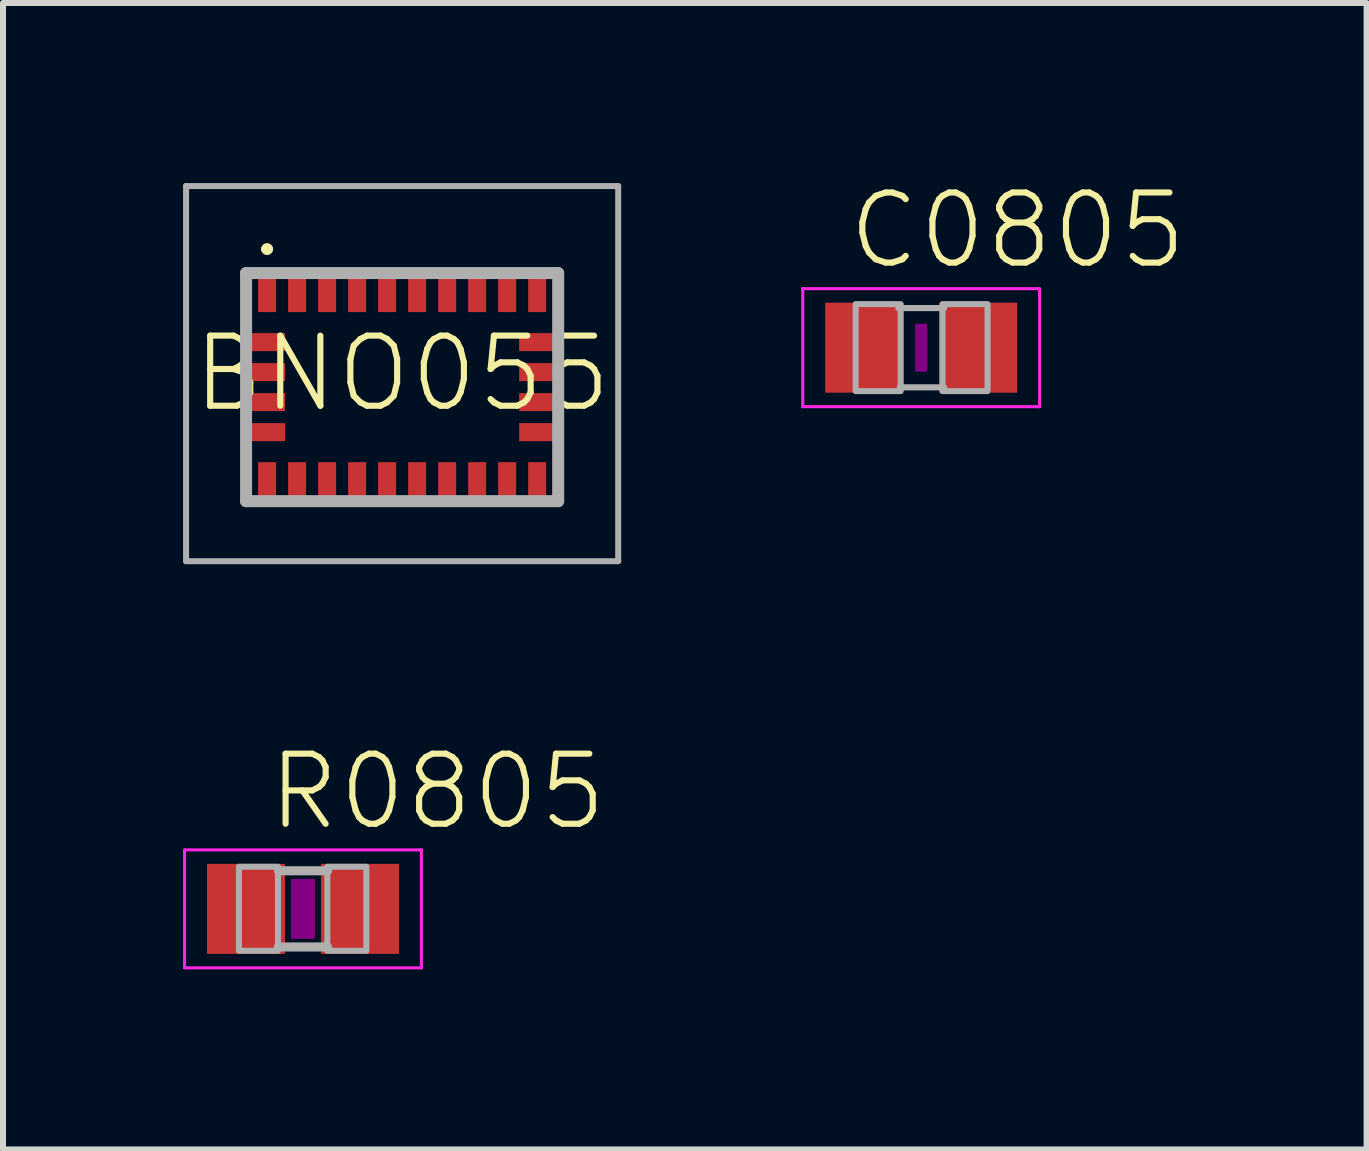
<source format=kicad_pcb>
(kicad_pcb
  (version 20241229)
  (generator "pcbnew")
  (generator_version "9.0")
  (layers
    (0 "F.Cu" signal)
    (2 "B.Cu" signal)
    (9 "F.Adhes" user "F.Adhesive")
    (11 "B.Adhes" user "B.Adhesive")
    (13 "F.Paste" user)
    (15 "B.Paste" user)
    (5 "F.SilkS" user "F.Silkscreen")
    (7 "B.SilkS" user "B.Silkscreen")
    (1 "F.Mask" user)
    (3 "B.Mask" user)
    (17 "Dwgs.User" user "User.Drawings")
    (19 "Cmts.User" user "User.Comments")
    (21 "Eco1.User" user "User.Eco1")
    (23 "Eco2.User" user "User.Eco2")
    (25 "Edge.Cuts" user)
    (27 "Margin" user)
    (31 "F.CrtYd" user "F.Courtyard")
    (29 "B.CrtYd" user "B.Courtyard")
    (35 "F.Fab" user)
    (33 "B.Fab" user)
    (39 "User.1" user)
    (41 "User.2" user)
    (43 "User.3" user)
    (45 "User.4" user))
  (footprint "BNO055"
    (layer "F.Cu")
    (at 3.65 3.4)
    (property "Reference" "BNO055" (at 0 -0.225 0) (layer "F.SilkS") (effects (font (size 1.168 1.168) (thickness 0.102))))
    (fp_line (start -2.6 -1.9) (end -2.6 -1) (stroke (width 0.1) (type solid)) (layer "F.SilkS"))
    (fp_line (start -2.6 1.9) (end -2.6 1) (stroke (width 0.1) (type solid)) (layer "F.SilkS"))
    (fp_line (start -2.3 -2.3) (end -2.3 -2.3) (stroke (width 0.1) (type solid)) (layer "F.SilkS"))
    (fp_line (start -2.2 -2.3) (end -2.2 -2.3) (stroke (width 0.1) (type solid)) (layer "F.SilkS"))
    (fp_line (start 2.6 -1.9) (end 2.6 -1) (stroke (width 0.1) (type solid)) (layer "F.SilkS"))
    (fp_line (start 2.6 1.9) (end 2.6 1) (stroke (width 0.1) (type solid)) (layer "F.SilkS"))
    (fp_arc (start -2.3 -2.3) (mid -2.25 -2.35) (end -2.2 -2.3) (stroke (width 0.1) (type solid)) (layer "F.SilkS"))
    (fp_arc (start -2.2 -2.3) (mid -2.25 -2.25) (end -2.3 -2.3) (stroke (width 0.1) (type solid)) (layer "F.SilkS"))
    (fp_line (start -3.6 -3.35) (end 3.6 -3.35) (stroke (width 0.1) (type solid)) (layer "F.Fab"))
    (fp_line (start -3.6 2.9) (end -3.6 -3.35) (stroke (width 0.1) (type solid)) (layer "F.Fab"))
    (fp_line (start -2.6 -1.9) (end 2.6 -1.9) (stroke (width 0.2) (type solid)) (layer "F.Fab"))
    (fp_line (start -2.6 1.9) (end -2.6 -1.9) (stroke (width 0.2) (type solid)) (layer "F.Fab"))
    (fp_line (start 2.6 -1.9) (end 2.6 1.9) (stroke (width 0.2) (type solid)) (layer "F.Fab"))
    (fp_line (start 2.6 1.9) (end -2.6 1.9) (stroke (width 0.2) (type solid)) (layer "F.Fab"))
    (fp_line (start 3.6 -3.35) (end 3.6 2.9) (stroke (width 0.1) (type solid)) (layer "F.Fab"))
    (fp_line (start 3.6 2.9) (end -3.6 2.9) (stroke (width 0.1) (type solid)) (layer "F.Fab"))
    (pad "1" smd rect (at -2.25 -1.55 90) (size 0.6 0.3) (layers "F.Cu" "F.Mask" "F.Paste"))
    (pad "2" smd rect (at -2.25 -0.75) (size 0.6 0.3) (layers "F.Cu" "F.Mask" "F.Paste"))
    (pad "3" smd rect (at -2.25 -0.25) (size 0.6 0.3) (layers "F.Cu" "F.Mask" "F.Paste"))
    (pad "4" smd rect (at -2.25 0.25) (size 0.6 0.3) (layers "F.Cu" "F.Mask" "F.Paste"))
    (pad "5" smd rect (at -2.25 0.75) (size 0.6 0.3) (layers "F.Cu" "F.Mask" "F.Paste"))
    (pad "6" smd rect (at -2.25 1.55 90) (size 0.6 0.3) (layers "F.Cu" "F.Mask" "F.Paste"))
    (pad "7" smd rect (at -1.75 1.55 90) (size 0.6 0.3) (layers "F.Cu" "F.Mask" "F.Paste"))
    (pad "8" smd rect (at -1.25 1.55 90) (size 0.6 0.3) (layers "F.Cu" "F.Mask" "F.Paste"))
    (pad "9" smd rect (at -0.75 1.55 90) (size 0.6 0.3) (layers "F.Cu" "F.Mask" "F.Paste"))
    (pad "10" smd rect (at -0.25 1.55 90) (size 0.6 0.3) (layers "F.Cu" "F.Mask" "F.Paste"))
    (pad "11" smd rect (at 0.25 1.55 90) (size 0.6 0.3) (layers "F.Cu" "F.Mask" "F.Paste"))
    (pad "12" smd rect (at 0.75 1.55 90) (size 0.6 0.3) (layers "F.Cu" "F.Mask" "F.Paste"))
    (pad "13" smd rect (at 1.25 1.55 90) (size 0.6 0.3) (layers "F.Cu" "F.Mask" "F.Paste"))
    (pad "14" smd rect (at 1.75 1.55 90) (size 0.6 0.3) (layers "F.Cu" "F.Mask" "F.Paste"))
    (pad "15" smd rect (at 2.25 1.55 90) (size 0.6 0.3) (layers "F.Cu" "F.Mask" "F.Paste"))
    (pad "16" smd rect (at 2.25 0.75) (size 0.6 0.3) (layers "F.Cu" "F.Mask" "F.Paste"))
    (pad "17" smd rect (at 2.25 0.25) (size 0.6 0.3) (layers "F.Cu" "F.Mask" "F.Paste"))
    (pad "18" smd rect (at 2.25 -0.25) (size 0.6 0.3) (layers "F.Cu" "F.Mask" "F.Paste"))
    (pad "19" smd rect (at 2.25 -0.75) (size 0.6 0.3) (layers "F.Cu" "F.Mask" "F.Paste"))
    (pad "20" smd rect (at 2.25 -1.55 90) (size 0.6 0.3) (layers "F.Cu" "F.Mask" "F.Paste"))
    (pad "21" smd rect (at 1.75 -1.55 90) (size 0.6 0.3) (layers "F.Cu" "F.Mask" "F.Paste"))
    (pad "22" smd rect (at 1.25 -1.55 90) (size 0.6 0.3) (layers "F.Cu" "F.Mask" "F.Paste"))
    (pad "23" smd rect (at 0.75 -1.55 90) (size 0.6 0.3) (layers "F.Cu" "F.Mask" "F.Paste"))
    (pad "24" smd rect (at 0.25 -1.55 90) (size 0.6 0.3) (layers "F.Cu" "F.Mask" "F.Paste"))
    (pad "25" smd rect (at -0.25 -1.55 90) (size 0.6 0.3) (layers "F.Cu" "F.Mask" "F.Paste"))
    (pad "26" smd rect (at -0.75 -1.55 90) (size 0.6 0.3) (layers "F.Cu" "F.Mask" "F.Paste"))
    (pad "27" smd rect (at -1.25 -1.55 90) (size 0.6 0.3) (layers "F.Cu" "F.Mask" "F.Paste"))
    (pad "28" smd rect (at -1.75 -1.55 90) (size 0.6 0.3) (layers "F.Cu" "F.Mask" "F.Paste")))
  (footprint "R0805"
    (layer "F.Cu")
    (at 1.998 12.093)
    (property "Reference" "R0805" (at -0.635 -1.27 0) (layer "F.SilkS") (effects (font (size 1.168 1.168) (thickness 0.102)) (justify left bottom)))
    (fp_poly (pts (xy -0.2 0.5) (xy 0.2 0.5) (xy 0.2 -0.5) (xy -0.2 -0.5)) (stroke (width 0) (type solid)) (fill yes) (layer "F.Adhes"))
    (fp_line (start -1.973 -0.983) (end 1.973 -0.983) (stroke (width 0.051) (type solid)) (layer "F.CrtYd"))
    (fp_line (start -1.973 0.983) (end -1.973 -0.983) (stroke (width 0.051) (type solid)) (layer "F.CrtYd"))
    (fp_line (start 1.973 -0.983) (end 1.973 0.983) (stroke (width 0.051) (type solid)) (layer "F.CrtYd"))
    (fp_line (start 1.973 0.983) (end -1.973 0.983) (stroke (width 0.051) (type solid)) (layer "F.CrtYd"))
    (fp_line (start -0.41 -0.635) (end 0.41 -0.635) (stroke (width 0.152) (type solid)) (layer "F.Fab"))
    (fp_line (start -0.41 0.635) (end 0.41 0.635) (stroke (width 0.152) (type solid)) (layer "F.Fab"))
    (fp_poly (pts (xy -1.067 0.699) (xy -0.417 0.699) (xy -0.417 -0.702) (xy -1.067 -0.702)) (stroke (width 0.1) (type solid)) (fill no) (layer "F.Fab"))
    (fp_poly (pts (xy 0.406 0.699) (xy 1.056 0.699) (xy 1.056 -0.702) (xy 0.406 -0.702)) (stroke (width 0.1) (type solid)) (fill no) (layer "F.Fab"))
    (pad "1" smd rect (at -0.95 0) (size 1.3 1.5) (layers "F.Cu" "F.Mask" "F.Paste"))
    (pad "2" smd rect (at 0.95 0) (size 1.3 1.5) (layers "F.Cu" "F.Mask" "F.Paste")))
  (footprint "C0805"
    (layer "F.Cu")
    (at 12.298 2.743)
    (property "Reference" "C0805" (at -1.27 -1.27 0) (layer "F.SilkS") (effects (font (size 1.168 1.168) (thickness 0.102)) (justify left bottom)))
    (fp_poly (pts (xy -0.1 0.4) (xy 0.1 0.4) (xy 0.1 -0.4) (xy -0.1 -0.4)) (stroke (width 0) (type solid)) (fill yes) (layer "F.Adhes"))
    (fp_line (start -1.973 -0.983) (end 1.973 -0.983) (stroke (width 0.051) (type solid)) (layer "F.CrtYd"))
    (fp_line (start -1.973 0.983) (end -1.973 -0.983) (stroke (width 0.051) (type solid)) (layer "F.CrtYd"))
    (fp_line (start 1.973 -0.983) (end 1.973 0.983) (stroke (width 0.051) (type solid)) (layer "F.CrtYd"))
    (fp_line (start 1.973 0.983) (end -1.973 0.983) (stroke (width 0.051) (type solid)) (layer "F.CrtYd"))
    (fp_line (start -0.381 -0.66) (end 0.381 -0.66) (stroke (width 0.102) (type solid)) (layer "F.Fab"))
    (fp_line (start -0.356 0.66) (end 0.381 0.66) (stroke (width 0.102) (type solid)) (layer "F.Fab"))
    (fp_poly (pts (xy -1.092 0.724) (xy -0.342 0.724) (xy -0.342 -0.726) (xy -1.092 -0.726)) (stroke (width 0.1) (type solid)) (fill no) (layer "F.Fab"))
    (fp_poly (pts (xy 0.356 0.724) (xy 1.106 0.724) (xy 1.106 -0.726) (xy 0.356 -0.726)) (stroke (width 0.1) (type solid)) (fill no) (layer "F.Fab"))
    (pad "1" smd rect (at -0.95 0) (size 1.3 1.5) (layers "F.Cu" "F.Mask" "F.Paste"))
    (pad "2" smd rect (at 0.95 0) (size 1.3 1.5) (layers "F.Cu" "F.Mask" "F.Paste")))
  (gr_rect
    (start -3 -3)
    (end 19.719 16.102)
    (stroke (width 0.1) (type default))
    (fill no)
    (layer "Edge.Cuts")))
</source>
